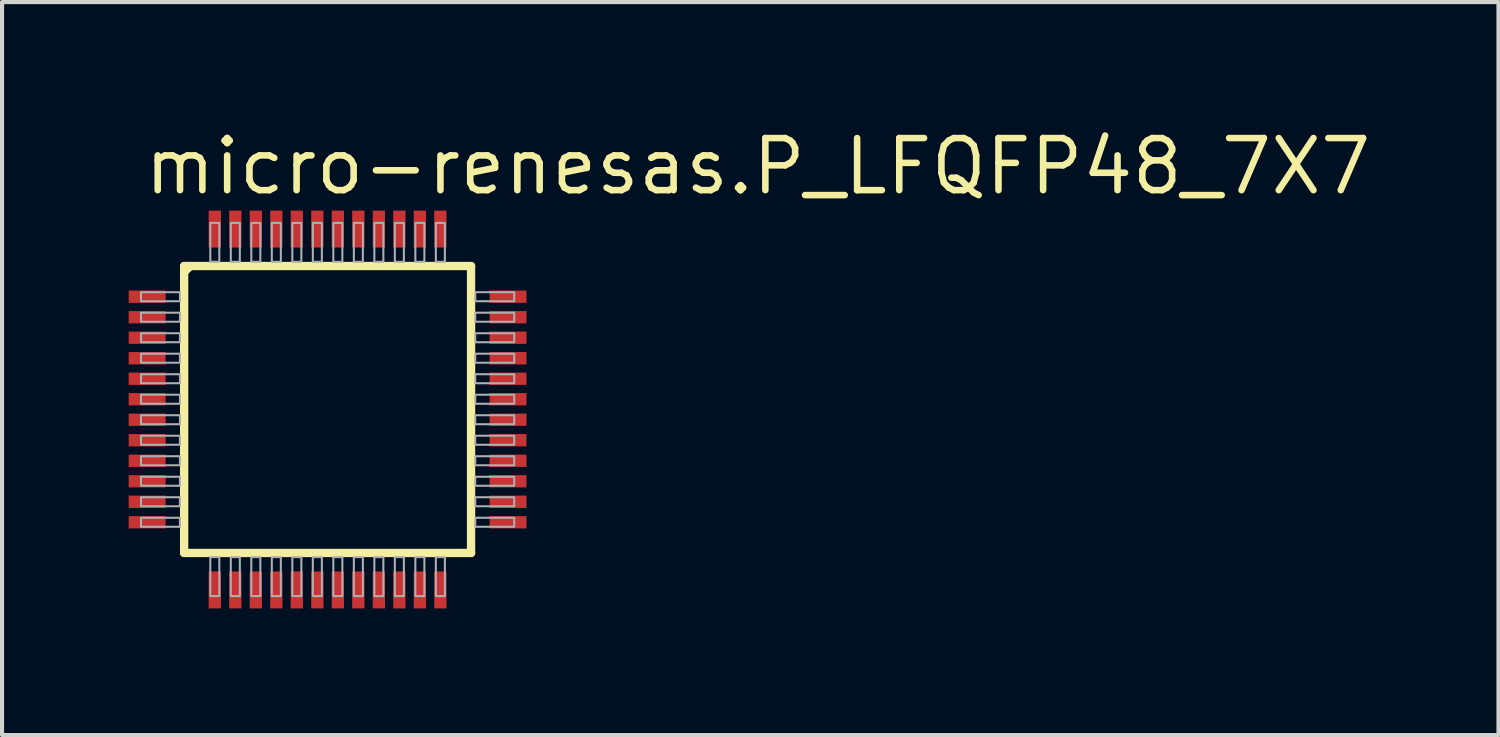
<source format=kicad_pcb>
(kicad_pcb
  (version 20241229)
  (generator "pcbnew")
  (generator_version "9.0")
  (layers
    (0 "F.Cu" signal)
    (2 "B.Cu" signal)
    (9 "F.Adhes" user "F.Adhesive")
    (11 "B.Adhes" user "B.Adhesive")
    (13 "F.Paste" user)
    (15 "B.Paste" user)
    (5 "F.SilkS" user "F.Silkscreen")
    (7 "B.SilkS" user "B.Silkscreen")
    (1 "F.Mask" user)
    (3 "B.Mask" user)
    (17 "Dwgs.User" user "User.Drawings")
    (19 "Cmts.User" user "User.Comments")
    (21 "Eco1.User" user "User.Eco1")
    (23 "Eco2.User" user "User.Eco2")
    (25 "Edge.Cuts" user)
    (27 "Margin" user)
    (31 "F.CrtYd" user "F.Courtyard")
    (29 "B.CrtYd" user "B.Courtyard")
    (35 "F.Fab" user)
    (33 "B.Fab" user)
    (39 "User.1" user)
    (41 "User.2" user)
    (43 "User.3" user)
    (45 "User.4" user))
  (footprint "micro-renesas.P_LFQFP48_7X7"
    (layer "F.Cu")
    (at 4.938 6.935)
    (property "Reference" "micro-renesas.P_LFQFP48_7X7" (at -4.55 -5.185 0) (layer "F.SilkS") (effects (font (size 1.27 1.27) (thickness 0.16)) (justify left bottom)))
    (attr smd)
    (fp_rect (start -4.912 -2.575) (end -3.9 -2.925) (stroke (width 0.05) (type default)) (fill yes) (layer "F.Mask"))
    (fp_rect (start -4.912 -2.075) (end -3.9 -2.425) (stroke (width 0.05) (type default)) (fill yes) (layer "F.Mask"))
    (fp_rect (start -4.912 -1.575) (end -3.9 -1.925) (stroke (width 0.05) (type default)) (fill yes) (layer "F.Mask"))
    (fp_rect (start -4.912 -1.075) (end -3.9 -1.425) (stroke (width 0.05) (type default)) (fill yes) (layer "F.Mask"))
    (fp_rect (start -4.912 -0.575) (end -3.9 -0.925) (stroke (width 0.05) (type default)) (fill yes) (layer "F.Mask"))
    (fp_rect (start -4.912 -0.075) (end -3.9 -0.425) (stroke (width 0.05) (type default)) (fill yes) (layer "F.Mask"))
    (fp_rect (start -4.912 0.425) (end -3.9 0.075) (stroke (width 0.05) (type default)) (fill yes) (layer "F.Mask"))
    (fp_rect (start -4.912 0.925) (end -3.9 0.575) (stroke (width 0.05) (type default)) (fill yes) (layer "F.Mask"))
    (fp_rect (start -4.912 1.425) (end -3.9 1.075) (stroke (width 0.05) (type default)) (fill yes) (layer "F.Mask"))
    (fp_rect (start -4.912 1.925) (end -3.9 1.575) (stroke (width 0.05) (type default)) (fill yes) (layer "F.Mask"))
    (fp_rect (start -4.912 2.425) (end -3.9 2.075) (stroke (width 0.05) (type default)) (fill yes) (layer "F.Mask"))
    (fp_rect (start -4.912 2.925) (end -3.9 2.575) (stroke (width 0.05) (type default)) (fill yes) (layer "F.Mask"))
    (fp_rect (start -2.925 -3.9) (end -2.575 -4.912) (stroke (width 0.05) (type default)) (fill yes) (layer "F.Mask"))
    (fp_rect (start -2.925 4.912) (end -2.575 3.9) (stroke (width 0.05) (type default)) (fill yes) (layer "F.Mask"))
    (fp_rect (start -2.425 -3.9) (end -2.075 -4.912) (stroke (width 0.05) (type default)) (fill yes) (layer "F.Mask"))
    (fp_rect (start -2.425 4.912) (end -2.075 3.9) (stroke (width 0.05) (type default)) (fill yes) (layer "F.Mask"))
    (fp_rect (start -1.925 -3.9) (end -1.575 -4.912) (stroke (width 0.05) (type default)) (fill yes) (layer "F.Mask"))
    (fp_rect (start -1.925 4.912) (end -1.575 3.9) (stroke (width 0.05) (type default)) (fill yes) (layer "F.Mask"))
    (fp_rect (start -1.425 -3.9) (end -1.075 -4.912) (stroke (width 0.05) (type default)) (fill yes) (layer "F.Mask"))
    (fp_rect (start -1.425 4.912) (end -1.075 3.9) (stroke (width 0.05) (type default)) (fill yes) (layer "F.Mask"))
    (fp_rect (start -0.925 -3.9) (end -0.575 -4.912) (stroke (width 0.05) (type default)) (fill yes) (layer "F.Mask"))
    (fp_rect (start -0.925 4.912) (end -0.575 3.9) (stroke (width 0.05) (type default)) (fill yes) (layer "F.Mask"))
    (fp_rect (start -0.425 -3.9) (end -0.075 -4.912) (stroke (width 0.05) (type default)) (fill yes) (layer "F.Mask"))
    (fp_rect (start -0.425 4.912) (end -0.075 3.9) (stroke (width 0.05) (type default)) (fill yes) (layer "F.Mask"))
    (fp_rect (start 0.075 -3.9) (end 0.425 -4.912) (stroke (width 0.05) (type default)) (fill yes) (layer "F.Mask"))
    (fp_rect (start 0.075 4.912) (end 0.425 3.9) (stroke (width 0.05) (type default)) (fill yes) (layer "F.Mask"))
    (fp_rect (start 0.575 -3.9) (end 0.925 -4.912) (stroke (width 0.05) (type default)) (fill yes) (layer "F.Mask"))
    (fp_rect (start 0.575 4.912) (end 0.925 3.9) (stroke (width 0.05) (type default)) (fill yes) (layer "F.Mask"))
    (fp_rect (start 1.075 -3.9) (end 1.425 -4.912) (stroke (width 0.05) (type default)) (fill yes) (layer "F.Mask"))
    (fp_rect (start 1.075 4.912) (end 1.425 3.9) (stroke (width 0.05) (type default)) (fill yes) (layer "F.Mask"))
    (fp_rect (start 1.575 -3.9) (end 1.925 -4.912) (stroke (width 0.05) (type default)) (fill yes) (layer "F.Mask"))
    (fp_rect (start 1.575 4.912) (end 1.925 3.9) (stroke (width 0.05) (type default)) (fill yes) (layer "F.Mask"))
    (fp_rect (start 2.075 -3.9) (end 2.425 -4.912) (stroke (width 0.05) (type default)) (fill yes) (layer "F.Mask"))
    (fp_rect (start 2.075 4.912) (end 2.425 3.9) (stroke (width 0.05) (type default)) (fill yes) (layer "F.Mask"))
    (fp_rect (start 2.575 -3.9) (end 2.925 -4.912) (stroke (width 0.05) (type default)) (fill yes) (layer "F.Mask"))
    (fp_rect (start 2.575 4.912) (end 2.925 3.9) (stroke (width 0.05) (type default)) (fill yes) (layer "F.Mask"))
    (fp_rect (start 3.9 -2.575) (end 4.912 -2.925) (stroke (width 0.05) (type default)) (fill yes) (layer "F.Mask"))
    (fp_rect (start 3.9 -2.075) (end 4.912 -2.425) (stroke (width 0.05) (type default)) (fill yes) (layer "F.Mask"))
    (fp_rect (start 3.9 -1.575) (end 4.912 -1.925) (stroke (width 0.05) (type default)) (fill yes) (layer "F.Mask"))
    (fp_rect (start 3.9 -1.075) (end 4.912 -1.425) (stroke (width 0.05) (type default)) (fill yes) (layer "F.Mask"))
    (fp_rect (start 3.9 -0.575) (end 4.912 -0.925) (stroke (width 0.05) (type default)) (fill yes) (layer "F.Mask"))
    (fp_rect (start 3.9 -0.075) (end 4.912 -0.425) (stroke (width 0.05) (type default)) (fill yes) (layer "F.Mask"))
    (fp_rect (start 3.9 0.425) (end 4.912 0.075) (stroke (width 0.05) (type default)) (fill yes) (layer "F.Mask"))
    (fp_rect (start 3.9 0.925) (end 4.912 0.575) (stroke (width 0.05) (type default)) (fill yes) (layer "F.Mask"))
    (fp_rect (start 3.9 1.425) (end 4.912 1.075) (stroke (width 0.05) (type default)) (fill yes) (layer "F.Mask"))
    (fp_rect (start 3.9 1.925) (end 4.912 1.575) (stroke (width 0.05) (type default)) (fill yes) (layer "F.Mask"))
    (fp_rect (start 3.9 2.425) (end 4.912 2.075) (stroke (width 0.05) (type default)) (fill yes) (layer "F.Mask"))
    (fp_rect (start 3.9 2.925) (end 4.912 2.575) (stroke (width 0.05) (type default)) (fill yes) (layer "F.Mask"))
    (fp_line (start -3.498 -3.498) (end -3.498 3.498) (stroke (width 0.203) (type default)) (layer "F.SilkS"))
    (fp_line (start -3.498 -3.35) (end -3.35 -3.498) (stroke (width 0.203) (type default)) (layer "F.SilkS"))
    (fp_line (start -3.498 3.498) (end 3.498 3.498) (stroke (width 0.203) (type default)) (layer "F.SilkS"))
    (fp_line (start 3.498 -3.498) (end -3.498 -3.498) (stroke (width 0.203) (type default)) (layer "F.SilkS"))
    (fp_line (start 3.498 3.498) (end 3.498 -3.498) (stroke (width 0.203) (type default)) (layer "F.SilkS"))
    (fp_rect (start -4.825 -2.612) (end -3.975 -2.888) (stroke (width 0.05) (type default)) (fill yes) (layer "F.Paste"))
    (fp_rect (start -4.825 -2.112) (end -3.975 -2.388) (stroke (width 0.05) (type default)) (fill yes) (layer "F.Paste"))
    (fp_rect (start -4.825 -1.613) (end -3.975 -1.887) (stroke (width 0.05) (type default)) (fill yes) (layer "F.Paste"))
    (fp_rect (start -4.825 -1.113) (end -3.975 -1.387) (stroke (width 0.05) (type default)) (fill yes) (layer "F.Paste"))
    (fp_rect (start -4.825 -0.613) (end -3.975 -0.887) (stroke (width 0.05) (type default)) (fill yes) (layer "F.Paste"))
    (fp_rect (start -4.825 -0.113) (end -3.975 -0.388) (stroke (width 0.05) (type default)) (fill yes) (layer "F.Paste"))
    (fp_rect (start -4.825 0.388) (end -3.975 0.113) (stroke (width 0.05) (type default)) (fill yes) (layer "F.Paste"))
    (fp_rect (start -4.825 0.887) (end -3.975 0.613) (stroke (width 0.05) (type default)) (fill yes) (layer "F.Paste"))
    (fp_rect (start -4.825 1.387) (end -3.975 1.113) (stroke (width 0.05) (type default)) (fill yes) (layer "F.Paste"))
    (fp_rect (start -4.825 1.887) (end -3.975 1.613) (stroke (width 0.05) (type default)) (fill yes) (layer "F.Paste"))
    (fp_rect (start -4.825 2.388) (end -3.975 2.112) (stroke (width 0.05) (type default)) (fill yes) (layer "F.Paste"))
    (fp_rect (start -4.825 2.888) (end -3.975 2.612) (stroke (width 0.05) (type default)) (fill yes) (layer "F.Paste"))
    (fp_rect (start -2.888 -3.975) (end -2.612 -4.825) (stroke (width 0.05) (type default)) (fill yes) (layer "F.Paste"))
    (fp_rect (start -2.888 4.825) (end -2.612 3.975) (stroke (width 0.05) (type default)) (fill yes) (layer "F.Paste"))
    (fp_rect (start -2.388 -3.975) (end -2.112 -4.825) (stroke (width 0.05) (type default)) (fill yes) (layer "F.Paste"))
    (fp_rect (start -2.388 4.825) (end -2.112 3.975) (stroke (width 0.05) (type default)) (fill yes) (layer "F.Paste"))
    (fp_rect (start -1.887 -3.975) (end -1.613 -4.825) (stroke (width 0.05) (type default)) (fill yes) (layer "F.Paste"))
    (fp_rect (start -1.887 4.825) (end -1.613 3.975) (stroke (width 0.05) (type default)) (fill yes) (layer "F.Paste"))
    (fp_rect (start -1.387 -3.975) (end -1.113 -4.825) (stroke (width 0.05) (type default)) (fill yes) (layer "F.Paste"))
    (fp_rect (start -1.387 4.825) (end -1.113 3.975) (stroke (width 0.05) (type default)) (fill yes) (layer "F.Paste"))
    (fp_rect (start -0.887 -3.975) (end -0.613 -4.825) (stroke (width 0.05) (type default)) (fill yes) (layer "F.Paste"))
    (fp_rect (start -0.887 4.825) (end -0.613 3.975) (stroke (width 0.05) (type default)) (fill yes) (layer "F.Paste"))
    (fp_rect (start -0.388 -3.975) (end -0.113 -4.825) (stroke (width 0.05) (type default)) (fill yes) (layer "F.Paste"))
    (fp_rect (start -0.388 4.825) (end -0.113 3.975) (stroke (width 0.05) (type default)) (fill yes) (layer "F.Paste"))
    (fp_rect (start 0.113 -3.975) (end 0.388 -4.825) (stroke (width 0.05) (type default)) (fill yes) (layer "F.Paste"))
    (fp_rect (start 0.113 4.825) (end 0.388 3.975) (stroke (width 0.05) (type default)) (fill yes) (layer "F.Paste"))
    (fp_rect (start 0.613 -3.975) (end 0.887 -4.825) (stroke (width 0.05) (type default)) (fill yes) (layer "F.Paste"))
    (fp_rect (start 0.613 4.825) (end 0.887 3.975) (stroke (width 0.05) (type default)) (fill yes) (layer "F.Paste"))
    (fp_rect (start 1.113 -3.975) (end 1.387 -4.825) (stroke (width 0.05) (type default)) (fill yes) (layer "F.Paste"))
    (fp_rect (start 1.113 4.825) (end 1.387 3.975) (stroke (width 0.05) (type default)) (fill yes) (layer "F.Paste"))
    (fp_rect (start 1.613 -3.975) (end 1.887 -4.825) (stroke (width 0.05) (type default)) (fill yes) (layer "F.Paste"))
    (fp_rect (start 1.613 4.825) (end 1.887 3.975) (stroke (width 0.05) (type default)) (fill yes) (layer "F.Paste"))
    (fp_rect (start 2.112 -3.975) (end 2.388 -4.825) (stroke (width 0.05) (type default)) (fill yes) (layer "F.Paste"))
    (fp_rect (start 2.112 4.825) (end 2.388 3.975) (stroke (width 0.05) (type default)) (fill yes) (layer "F.Paste"))
    (fp_rect (start 2.612 -3.975) (end 2.888 -4.825) (stroke (width 0.05) (type default)) (fill yes) (layer "F.Paste"))
    (fp_rect (start 2.612 4.825) (end 2.888 3.975) (stroke (width 0.05) (type default)) (fill yes) (layer "F.Paste"))
    (fp_rect (start 3.975 -2.612) (end 4.825 -2.888) (stroke (width 0.05) (type default)) (fill yes) (layer "F.Paste"))
    (fp_rect (start 3.975 -2.112) (end 4.825 -2.388) (stroke (width 0.05) (type default)) (fill yes) (layer "F.Paste"))
    (fp_rect (start 3.975 -1.613) (end 4.825 -1.887) (stroke (width 0.05) (type default)) (fill yes) (layer "F.Paste"))
    (fp_rect (start 3.975 -1.113) (end 4.825 -1.387) (stroke (width 0.05) (type default)) (fill yes) (layer "F.Paste"))
    (fp_rect (start 3.975 -0.613) (end 4.825 -0.887) (stroke (width 0.05) (type default)) (fill yes) (layer "F.Paste"))
    (fp_rect (start 3.975 -0.113) (end 4.825 -0.388) (stroke (width 0.05) (type default)) (fill yes) (layer "F.Paste"))
    (fp_rect (start 3.975 0.388) (end 4.825 0.113) (stroke (width 0.05) (type default)) (fill yes) (layer "F.Paste"))
    (fp_rect (start 3.975 0.887) (end 4.825 0.613) (stroke (width 0.05) (type default)) (fill yes) (layer "F.Paste"))
    (fp_rect (start 3.975 1.387) (end 4.825 1.113) (stroke (width 0.05) (type default)) (fill yes) (layer "F.Paste"))
    (fp_rect (start 3.975 1.887) (end 4.825 1.613) (stroke (width 0.05) (type default)) (fill yes) (layer "F.Paste"))
    (fp_rect (start 3.975 2.388) (end 4.825 2.112) (stroke (width 0.05) (type default)) (fill yes) (layer "F.Paste"))
    (fp_rect (start 3.975 2.888) (end 4.825 2.612) (stroke (width 0.05) (type default)) (fill yes) (layer "F.Paste"))
    (fp_rect (start -4.55 -2.64) (end -3.6 -2.86) (stroke (width 0.05) (type default)) (fill no) (layer "F.Fab"))
    (fp_rect (start -4.55 -2.14) (end -3.6 -2.36) (stroke (width 0.05) (type default)) (fill no) (layer "F.Fab"))
    (fp_rect (start -4.55 -1.64) (end -3.6 -1.86) (stroke (width 0.05) (type default)) (fill no) (layer "F.Fab"))
    (fp_rect (start -4.55 -1.14) (end -3.6 -1.36) (stroke (width 0.05) (type default)) (fill no) (layer "F.Fab"))
    (fp_rect (start -4.55 -0.64) (end -3.6 -0.86) (stroke (width 0.05) (type default)) (fill no) (layer "F.Fab"))
    (fp_rect (start -4.55 -0.14) (end -3.6 -0.36) (stroke (width 0.05) (type default)) (fill no) (layer "F.Fab"))
    (fp_rect (start -4.55 0.36) (end -3.6 0.14) (stroke (width 0.05) (type default)) (fill no) (layer "F.Fab"))
    (fp_rect (start -4.55 0.86) (end -3.6 0.64) (stroke (width 0.05) (type default)) (fill no) (layer "F.Fab"))
    (fp_rect (start -4.55 1.36) (end -3.6 1.14) (stroke (width 0.05) (type default)) (fill no) (layer "F.Fab"))
    (fp_rect (start -4.55 1.86) (end -3.6 1.64) (stroke (width 0.05) (type default)) (fill no) (layer "F.Fab"))
    (fp_rect (start -4.55 2.36) (end -3.6 2.14) (stroke (width 0.05) (type default)) (fill no) (layer "F.Fab"))
    (fp_rect (start -4.55 2.86) (end -3.6 2.64) (stroke (width 0.05) (type default)) (fill no) (layer "F.Fab"))
    (fp_rect (start -2.86 -3.6) (end -2.64 -4.55) (stroke (width 0.05) (type default)) (fill no) (layer "F.Fab"))
    (fp_rect (start -2.86 4.55) (end -2.64 3.6) (stroke (width 0.05) (type default)) (fill no) (layer "F.Fab"))
    (fp_rect (start -2.36 -3.6) (end -2.14 -4.55) (stroke (width 0.05) (type default)) (fill no) (layer "F.Fab"))
    (fp_rect (start -2.36 4.55) (end -2.14 3.6) (stroke (width 0.05) (type default)) (fill no) (layer "F.Fab"))
    (fp_rect (start -1.86 -3.6) (end -1.64 -4.55) (stroke (width 0.05) (type default)) (fill no) (layer "F.Fab"))
    (fp_rect (start -1.86 4.55) (end -1.64 3.6) (stroke (width 0.05) (type default)) (fill no) (layer "F.Fab"))
    (fp_rect (start -1.36 -3.6) (end -1.14 -4.55) (stroke (width 0.05) (type default)) (fill no) (layer "F.Fab"))
    (fp_rect (start -1.36 4.55) (end -1.14 3.6) (stroke (width 0.05) (type default)) (fill no) (layer "F.Fab"))
    (fp_rect (start -0.86 -3.6) (end -0.64 -4.55) (stroke (width 0.05) (type default)) (fill no) (layer "F.Fab"))
    (fp_rect (start -0.86 4.55) (end -0.64 3.6) (stroke (width 0.05) (type default)) (fill no) (layer "F.Fab"))
    (fp_rect (start -0.36 -3.6) (end -0.14 -4.55) (stroke (width 0.05) (type default)) (fill no) (layer "F.Fab"))
    (fp_rect (start -0.36 4.55) (end -0.14 3.6) (stroke (width 0.05) (type default)) (fill no) (layer "F.Fab"))
    (fp_rect (start 0.14 -3.6) (end 0.36 -4.55) (stroke (width 0.05) (type default)) (fill no) (layer "F.Fab"))
    (fp_rect (start 0.14 4.55) (end 0.36 3.6) (stroke (width 0.05) (type default)) (fill no) (layer "F.Fab"))
    (fp_rect (start 0.64 -3.6) (end 0.86 -4.55) (stroke (width 0.05) (type default)) (fill no) (layer "F.Fab"))
    (fp_rect (start 0.64 4.55) (end 0.86 3.6) (stroke (width 0.05) (type default)) (fill no) (layer "F.Fab"))
    (fp_rect (start 1.14 -3.6) (end 1.36 -4.55) (stroke (width 0.05) (type default)) (fill no) (layer "F.Fab"))
    (fp_rect (start 1.14 4.55) (end 1.36 3.6) (stroke (width 0.05) (type default)) (fill no) (layer "F.Fab"))
    (fp_rect (start 1.64 -3.6) (end 1.86 -4.55) (stroke (width 0.05) (type default)) (fill no) (layer "F.Fab"))
    (fp_rect (start 1.64 4.55) (end 1.86 3.6) (stroke (width 0.05) (type default)) (fill no) (layer "F.Fab"))
    (fp_rect (start 2.14 -3.6) (end 2.36 -4.55) (stroke (width 0.05) (type default)) (fill no) (layer "F.Fab"))
    (fp_rect (start 2.14 4.55) (end 2.36 3.6) (stroke (width 0.05) (type default)) (fill no) (layer "F.Fab"))
    (fp_rect (start 2.64 -3.6) (end 2.86 -4.55) (stroke (width 0.05) (type default)) (fill no) (layer "F.Fab"))
    (fp_rect (start 2.64 4.55) (end 2.86 3.6) (stroke (width 0.05) (type default)) (fill no) (layer "F.Fab"))
    (fp_rect (start 3.6 -2.64) (end 4.55 -2.86) (stroke (width 0.05) (type default)) (fill no) (layer "F.Fab"))
    (fp_rect (start 3.6 -2.14) (end 4.55 -2.36) (stroke (width 0.05) (type default)) (fill no) (layer "F.Fab"))
    (fp_rect (start 3.6 -1.64) (end 4.55 -1.86) (stroke (width 0.05) (type default)) (fill no) (layer "F.Fab"))
    (fp_rect (start 3.6 -1.14) (end 4.55 -1.36) (stroke (width 0.05) (type default)) (fill no) (layer "F.Fab"))
    (fp_rect (start 3.6 -0.64) (end 4.55 -0.86) (stroke (width 0.05) (type default)) (fill no) (layer "F.Fab"))
    (fp_rect (start 3.6 -0.14) (end 4.55 -0.36) (stroke (width 0.05) (type default)) (fill no) (layer "F.Fab"))
    (fp_rect (start 3.6 0.36) (end 4.55 0.14) (stroke (width 0.05) (type default)) (fill no) (layer "F.Fab"))
    (fp_rect (start 3.6 0.86) (end 4.55 0.64) (stroke (width 0.05) (type default)) (fill no) (layer "F.Fab"))
    (fp_rect (start 3.6 1.36) (end 4.55 1.14) (stroke (width 0.05) (type default)) (fill no) (layer "F.Fab"))
    (fp_rect (start 3.6 1.86) (end 4.55 1.64) (stroke (width 0.05) (type default)) (fill no) (layer "F.Fab"))
    (fp_rect (start 3.6 2.36) (end 4.55 2.14) (stroke (width 0.05) (type default)) (fill no) (layer "F.Fab"))
    (fp_rect (start 3.6 2.86) (end 4.55 2.64) (stroke (width 0.05) (type default)) (fill no) (layer "F.Fab"))
    (pad "1" smd roundrect (at -4.4 -2.75) (size 0.9 0.3) (layers "F.Cu" "F.Mask" "F.Paste") (roundrect_rratio 0.01))
    (pad "2" smd roundrect (at -4.4 -2.25) (size 0.9 0.3) (layers "F.Cu" "F.Mask" "F.Paste") (roundrect_rratio 0.01))
    (pad "3" smd roundrect (at -4.4 -1.75) (size 0.9 0.3) (layers "F.Cu" "F.Mask" "F.Paste") (roundrect_rratio 0.01))
    (pad "4" smd roundrect (at -4.4 -1.25) (size 0.9 0.3) (layers "F.Cu" "F.Mask" "F.Paste") (roundrect_rratio 0.01))
    (pad "5" smd roundrect (at -4.4 -0.75) (size 0.9 0.3) (layers "F.Cu" "F.Mask" "F.Paste") (roundrect_rratio 0.01))
    (pad "6" smd roundrect (at -4.4 -0.25) (size 0.9 0.3) (layers "F.Cu" "F.Mask" "F.Paste") (roundrect_rratio 0.01))
    (pad "7" smd roundrect (at -4.4 0.25) (size 0.9 0.3) (layers "F.Cu" "F.Mask" "F.Paste") (roundrect_rratio 0.01))
    (pad "8" smd roundrect (at -4.4 0.75) (size 0.9 0.3) (layers "F.Cu" "F.Mask" "F.Paste") (roundrect_rratio 0.01))
    (pad "9" smd roundrect (at -4.4 1.25) (size 0.9 0.3) (layers "F.Cu" "F.Mask" "F.Paste") (roundrect_rratio 0.01))
    (pad "10" smd roundrect (at -4.4 1.75) (size 0.9 0.3) (layers "F.Cu" "F.Mask" "F.Paste") (roundrect_rratio 0.01))
    (pad "11" smd roundrect (at -4.4 2.25) (size 0.9 0.3) (layers "F.Cu" "F.Mask" "F.Paste") (roundrect_rratio 0.01))
    (pad "12" smd roundrect (at -4.4 2.75) (size 0.9 0.3) (layers "F.Cu" "F.Mask" "F.Paste") (roundrect_rratio 0.01))
    (pad "13" smd roundrect (at -2.75 4.4) (size 0.3 0.9) (layers "F.Cu" "F.Mask" "F.Paste") (roundrect_rratio 0.01))
    (pad "14" smd roundrect (at -2.25 4.4) (size 0.3 0.9) (layers "F.Cu" "F.Mask" "F.Paste") (roundrect_rratio 0.01))
    (pad "15" smd roundrect (at -1.75 4.4) (size 0.3 0.9) (layers "F.Cu" "F.Mask" "F.Paste") (roundrect_rratio 0.01))
    (pad "16" smd roundrect (at -1.25 4.4) (size 0.3 0.9) (layers "F.Cu" "F.Mask" "F.Paste") (roundrect_rratio 0.01))
    (pad "17" smd roundrect (at -0.75 4.4) (size 0.3 0.9) (layers "F.Cu" "F.Mask" "F.Paste") (roundrect_rratio 0.01))
    (pad "18" smd roundrect (at -0.25 4.4) (size 0.3 0.9) (layers "F.Cu" "F.Mask" "F.Paste") (roundrect_rratio 0.01))
    (pad "19" smd roundrect (at 0.25 4.4) (size 0.3 0.9) (layers "F.Cu" "F.Mask" "F.Paste") (roundrect_rratio 0.01))
    (pad "20" smd roundrect (at 0.75 4.4) (size 0.3 0.9) (layers "F.Cu" "F.Mask" "F.Paste") (roundrect_rratio 0.01))
    (pad "21" smd roundrect (at 1.25 4.4) (size 0.3 0.9) (layers "F.Cu" "F.Mask" "F.Paste") (roundrect_rratio 0.01))
    (pad "22" smd roundrect (at 1.75 4.4) (size 0.3 0.9) (layers "F.Cu" "F.Mask" "F.Paste") (roundrect_rratio 0.01))
    (pad "23" smd roundrect (at 2.25 4.4) (size 0.3 0.9) (layers "F.Cu" "F.Mask" "F.Paste") (roundrect_rratio 0.01))
    (pad "24" smd roundrect (at 2.75 4.4) (size 0.3 0.9) (layers "F.Cu" "F.Mask" "F.Paste") (roundrect_rratio 0.01))
    (pad "25" smd roundrect (at 4.4 2.75) (size 0.9 0.3) (layers "F.Cu" "F.Mask" "F.Paste") (roundrect_rratio 0.01))
    (pad "26" smd roundrect (at 4.4 2.25) (size 0.9 0.3) (layers "F.Cu" "F.Mask" "F.Paste") (roundrect_rratio 0.01))
    (pad "27" smd roundrect (at 4.4 1.75) (size 0.9 0.3) (layers "F.Cu" "F.Mask" "F.Paste") (roundrect_rratio 0.01))
    (pad "28" smd roundrect (at 4.4 1.25) (size 0.9 0.3) (layers "F.Cu" "F.Mask" "F.Paste") (roundrect_rratio 0.01))
    (pad "29" smd roundrect (at 4.4 0.75) (size 0.9 0.3) (layers "F.Cu" "F.Mask" "F.Paste") (roundrect_rratio 0.01))
    (pad "30" smd roundrect (at 4.4 0.25) (size 0.9 0.3) (layers "F.Cu" "F.Mask" "F.Paste") (roundrect_rratio 0.01))
    (pad "31" smd roundrect (at 4.4 -0.25) (size 0.9 0.3) (layers "F.Cu" "F.Mask" "F.Paste") (roundrect_rratio 0.01))
    (pad "32" smd roundrect (at 4.4 -0.75) (size 0.9 0.3) (layers "F.Cu" "F.Mask" "F.Paste") (roundrect_rratio 0.01))
    (pad "33" smd roundrect (at 4.4 -1.25) (size 0.9 0.3) (layers "F.Cu" "F.Mask" "F.Paste") (roundrect_rratio 0.01))
    (pad "34" smd roundrect (at 4.4 -1.75) (size 0.9 0.3) (layers "F.Cu" "F.Mask" "F.Paste") (roundrect_rratio 0.01))
    (pad "35" smd roundrect (at 4.4 -2.25) (size 0.9 0.3) (layers "F.Cu" "F.Mask" "F.Paste") (roundrect_rratio 0.01))
    (pad "36" smd roundrect (at 4.4 -2.75) (size 0.9 0.3) (layers "F.Cu" "F.Mask" "F.Paste") (roundrect_rratio 0.01))
    (pad "37" smd roundrect (at 2.75 -4.4) (size 0.3 0.9) (layers "F.Cu" "F.Mask" "F.Paste") (roundrect_rratio 0.01))
    (pad "38" smd roundrect (at 2.25 -4.4) (size 0.3 0.9) (layers "F.Cu" "F.Mask" "F.Paste") (roundrect_rratio 0.01))
    (pad "39" smd roundrect (at 1.75 -4.4) (size 0.3 0.9) (layers "F.Cu" "F.Mask" "F.Paste") (roundrect_rratio 0.01))
    (pad "40" smd roundrect (at 1.25 -4.4) (size 0.3 0.9) (layers "F.Cu" "F.Mask" "F.Paste") (roundrect_rratio 0.01))
    (pad "41" smd roundrect (at 0.75 -4.4) (size 0.3 0.9) (layers "F.Cu" "F.Mask" "F.Paste") (roundrect_rratio 0.01))
    (pad "42" smd roundrect (at 0.25 -4.4) (size 0.3 0.9) (layers "F.Cu" "F.Mask" "F.Paste") (roundrect_rratio 0.01))
    (pad "43" smd roundrect (at -0.25 -4.4) (size 0.3 0.9) (layers "F.Cu" "F.Mask" "F.Paste") (roundrect_rratio 0.01))
    (pad "44" smd roundrect (at -0.75 -4.4) (size 0.3 0.9) (layers "F.Cu" "F.Mask" "F.Paste") (roundrect_rratio 0.01))
    (pad "45" smd roundrect (at -1.25 -4.4) (size 0.3 0.9) (layers "F.Cu" "F.Mask" "F.Paste") (roundrect_rratio 0.01))
    (pad "46" smd roundrect (at -1.75 -4.4) (size 0.3 0.9) (layers "F.Cu" "F.Mask" "F.Paste") (roundrect_rratio 0.01))
    (pad "47" smd roundrect (at -2.25 -4.4) (size 0.3 0.9) (layers "F.Cu" "F.Mask" "F.Paste") (roundrect_rratio 0.01))
    (pad "48" smd roundrect (at -2.75 -4.4) (size 0.3 0.9) (layers "F.Cu" "F.Mask" "F.Paste") (roundrect_rratio 0.01)))
  (gr_rect
    (start -3 -3)
    (end 33.489 14.873)
    (stroke (width 0.1) (type default))
    (fill no)
    (layer "Edge.Cuts")))
</source>
